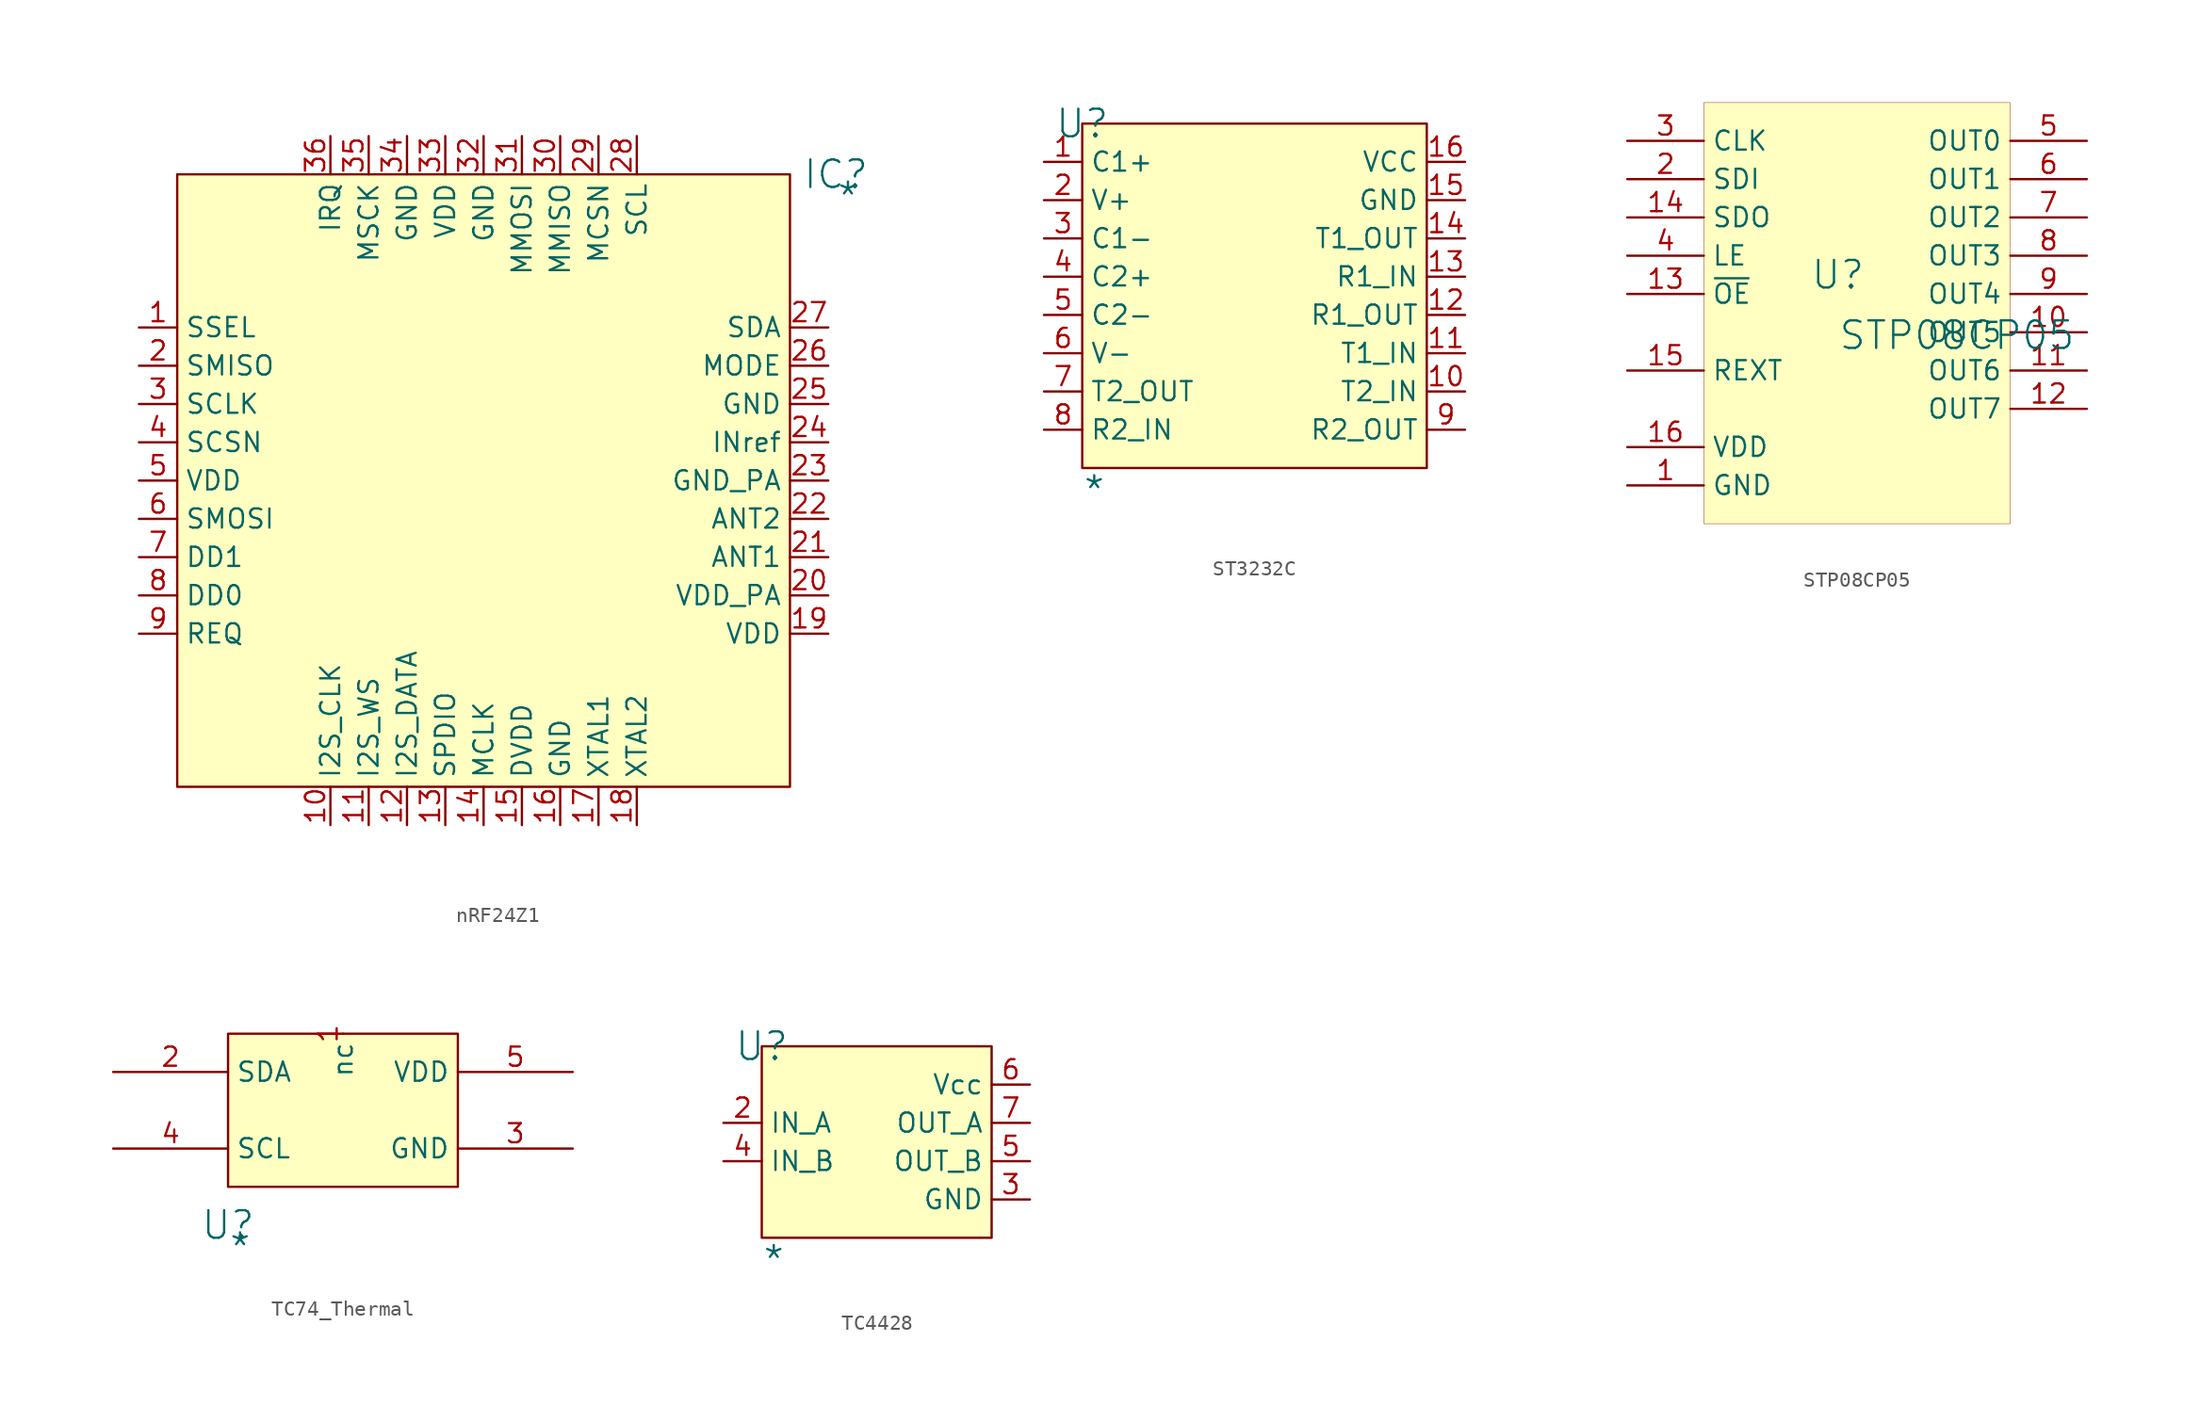
<source format=kicad_sym>
(kicad_symbol_lib
  (version 20241209)
  (generator "kicad_symbol_editor")
  (generator_version "9.0")
  (symbol "nRF24Z1"
    (property "Reference" "IC"
      (at 43.688 0 0)
      (effects (font (size 1.829 1.829))))
    (property "Value" "*"
      (at 43.688 -2.54 0)
      (effects (font (size 1.829 1.829)) (justify left bottom)))
    (symbol "nRF24Z1_1_0"
      (rectangle (start 40.64 0) (end 0 -40.64) (stroke (width 0) (type solid) (color 128 0 0 1)) (fill (type background)))
      (pin passive line (at -2.54 -10.16 0) (length 2.54) (name "SSEL" (effects (font (size 1.27 1.27)))) (number "1" (effects (font (size 1.27 1.27)))))
      (pin passive line (at -2.54 -12.7 0) (length 2.54) (name "SMISO" (effects (font (size 1.27 1.27)))) (number "2" (effects (font (size 1.27 1.27)))))
      (pin passive line (at -2.54 -15.24 0) (length 2.54) (name "SCLK" (effects (font (size 1.27 1.27)))) (number "3" (effects (font (size 1.27 1.27)))))
      (pin passive line (at -2.54 -17.78 0) (length 2.54) (name "SCSN" (effects (font (size 1.27 1.27)))) (number "4" (effects (font (size 1.27 1.27)))))
      (pin passive line (at -2.54 -20.32 0) (length 2.54) (name "VDD" (effects (font (size 1.27 1.27)))) (number "5" (effects (font (size 1.27 1.27)))))
      (pin passive line (at -2.54 -22.86 0) (length 2.54) (name "SMOSI" (effects (font (size 1.27 1.27)))) (number "6" (effects (font (size 1.27 1.27)))))
      (pin passive line (at -2.54 -25.4 0) (length 2.54) (name "DD1" (effects (font (size 1.27 1.27)))) (number "7" (effects (font (size 1.27 1.27)))))
      (pin passive line (at -2.54 -27.94 0) (length 2.54) (name "DD0" (effects (font (size 1.27 1.27)))) (number "8" (effects (font (size 1.27 1.27)))))
      (pin passive line (at -2.54 -30.48 0) (length 2.54) (name "REQ" (effects (font (size 1.27 1.27)))) (number "9" (effects (font (size 1.27 1.27)))))
      (pin passive line (at 10.16 2.54 270) (length 2.54) (name "IRQ" (effects (font (size 1.27 1.27)))) (number "36" (effects (font (size 1.27 1.27)))))
      (pin passive line (at 10.16 -43.18 90) (length 2.54) (name "I2S_CLK" (effects (font (size 1.27 1.27)))) (number "10" (effects (font (size 1.27 1.27)))))
      (pin passive line (at 12.7 2.54 270) (length 2.54) (name "MSCK" (effects (font (size 1.27 1.27)))) (number "35" (effects (font (size 1.27 1.27)))))
      (pin passive line (at 12.7 -43.18 90) (length 2.54) (name "I2S_WS" (effects (font (size 1.27 1.27)))) (number "11" (effects (font (size 1.27 1.27)))))
      (pin passive line (at 15.24 2.54 270) (length 2.54) (name "GND" (effects (font (size 1.27 1.27)))) (number "34" (effects (font (size 1.27 1.27)))))
      (pin passive line (at 15.24 -43.18 90) (length 2.54) (name "I2S_DATA" (effects (font (size 1.27 1.27)))) (number "12" (effects (font (size 1.27 1.27)))))
      (pin passive line (at 17.78 2.54 270) (length 2.54) (name "VDD" (effects (font (size 1.27 1.27)))) (number "33" (effects (font (size 1.27 1.27)))))
      (pin passive line (at 17.78 -43.18 90) (length 2.54) (name "SPDIO" (effects (font (size 1.27 1.27)))) (number "13" (effects (font (size 1.27 1.27)))))
      (pin passive line (at 20.32 2.54 270) (length 2.54) (name "GND" (effects (font (size 1.27 1.27)))) (number "32" (effects (font (size 1.27 1.27)))))
      (pin passive line (at 20.32 -43.18 90) (length 2.54) (name "MCLK" (effects (font (size 1.27 1.27)))) (number "14" (effects (font (size 1.27 1.27)))))
      (pin passive line (at 22.86 2.54 270) (length 2.54) (name "MMOSI" (effects (font (size 1.27 1.27)))) (number "31" (effects (font (size 1.27 1.27)))))
      (pin passive line (at 22.86 -43.18 90) (length 2.54) (name "DVDD" (effects (font (size 1.27 1.27)))) (number "15" (effects (font (size 1.27 1.27)))))
      (pin passive line (at 25.4 2.54 270) (length 2.54) (name "MMISO" (effects (font (size 1.27 1.27)))) (number "30" (effects (font (size 1.27 1.27)))))
      (pin passive line (at 25.4 -43.18 90) (length 2.54) (name "GND" (effects (font (size 1.27 1.27)))) (number "16" (effects (font (size 1.27 1.27)))))
      (pin passive line (at 27.94 2.54 270) (length 2.54) (name "MCSN" (effects (font (size 1.27 1.27)))) (number "29" (effects (font (size 1.27 1.27)))))
      (pin passive line (at 27.94 -43.18 90) (length 2.54) (name "XTAL1" (effects (font (size 1.27 1.27)))) (number "17" (effects (font (size 1.27 1.27)))))
      (pin passive line (at 30.48 2.54 270) (length 2.54) (name "SCL" (effects (font (size 1.27 1.27)))) (number "28" (effects (font (size 1.27 1.27)))))
      (pin passive line (at 30.48 -43.18 90) (length 2.54) (name "XTAL2" (effects (font (size 1.27 1.27)))) (number "18" (effects (font (size 1.27 1.27)))))
      (pin passive line (at 43.18 -10.16 180) (length 2.54) (name "SDA" (effects (font (size 1.27 1.27)))) (number "27" (effects (font (size 1.27 1.27)))))
      (pin passive line (at 43.18 -12.7 180) (length 2.54) (name "MODE" (effects (font (size 1.27 1.27)))) (number "26" (effects (font (size 1.27 1.27)))))
      (pin passive line (at 43.18 -15.24 180) (length 2.54) (name "GND" (effects (font (size 1.27 1.27)))) (number "25" (effects (font (size 1.27 1.27)))))
      (pin passive line (at 43.18 -17.78 180) (length 2.54) (name "INref" (effects (font (size 1.27 1.27)))) (number "24" (effects (font (size 1.27 1.27)))))
      (pin passive line (at 43.18 -20.32 180) (length 2.54) (name "GND_PA" (effects (font (size 1.27 1.27)))) (number "23" (effects (font (size 1.27 1.27)))))
      (pin passive line (at 43.18 -22.86 180) (length 2.54) (name "ANT2" (effects (font (size 1.27 1.27)))) (number "22" (effects (font (size 1.27 1.27)))))
      (pin passive line (at 43.18 -25.4 180) (length 2.54) (name "ANT1" (effects (font (size 1.27 1.27)))) (number "21" (effects (font (size 1.27 1.27)))))
      (pin passive line (at 43.18 -27.94 180) (length 2.54) (name "VDD_PA" (effects (font (size 1.27 1.27)))) (number "20" (effects (font (size 1.27 1.27)))))
      (pin passive line (at 43.18 -30.48 180) (length 2.54) (name "VDD" (effects (font (size 1.27 1.27)))) (number "19" (effects (font (size 1.27 1.27)))))))
  (symbol "ST3232C"
    (property "Reference" "U"
      (at 0 0 0)
      (effects (font (size 1.829 1.829))))
    (property "Value" "*"
      (at 0 -25.4 0)
      (effects (font (size 1.829 1.829)) (justify left bottom)))
    (symbol "ST3232C_1_0"
      (rectangle (start 22.86 0) (end 0 -22.86) (stroke (width 0) (type solid) (color 128 0 0 1)) (fill (type background)))
      (pin passive line (at -2.54 -2.54 0) (length 2.54) (name "C1+" (effects (font (size 1.27 1.27)))) (number "1" (effects (font (size 1.27 1.27)))))
      (pin passive line (at -2.54 -5.08 0) (length 2.54) (name "V+" (effects (font (size 1.27 1.27)))) (number "2" (effects (font (size 1.27 1.27)))))
      (pin passive line (at -2.54 -7.62 0) (length 2.54) (name "C1-" (effects (font (size 1.27 1.27)))) (number "3" (effects (font (size 1.27 1.27)))))
      (pin passive line (at -2.54 -10.16 0) (length 2.54) (name "C2+" (effects (font (size 1.27 1.27)))) (number "4" (effects (font (size 1.27 1.27)))))
      (pin passive line (at -2.54 -12.7 0) (length 2.54) (name "C2-" (effects (font (size 1.27 1.27)))) (number "5" (effects (font (size 1.27 1.27)))))
      (pin passive line (at -2.54 -15.24 0) (length 2.54) (name "V-" (effects (font (size 1.27 1.27)))) (number "6" (effects (font (size 1.27 1.27)))))
      (pin passive line (at -2.54 -17.78 0) (length 2.54) (name "T2_OUT" (effects (font (size 1.27 1.27)))) (number "7" (effects (font (size 1.27 1.27)))))
      (pin passive line (at -2.54 -20.32 0) (length 2.54) (name "R2_IN" (effects (font (size 1.27 1.27)))) (number "8" (effects (font (size 1.27 1.27)))))
      (pin passive line (at 25.4 -2.54 180) (length 2.54) (name "VCC" (effects (font (size 1.27 1.27)))) (number "16" (effects (font (size 1.27 1.27)))))
      (pin passive line (at 25.4 -5.08 180) (length 2.54) (name "GND" (effects (font (size 1.27 1.27)))) (number "15" (effects (font (size 1.27 1.27)))))
      (pin passive line (at 25.4 -7.62 180) (length 2.54) (name "T1_OUT" (effects (font (size 1.27 1.27)))) (number "14" (effects (font (size 1.27 1.27)))))
      (pin passive line (at 25.4 -10.16 180) (length 2.54) (name "R1_IN" (effects (font (size 1.27 1.27)))) (number "13" (effects (font (size 1.27 1.27)))))
      (pin passive line (at 25.4 -12.7 180) (length 2.54) (name "R1_OUT" (effects (font (size 1.27 1.27)))) (number "12" (effects (font (size 1.27 1.27)))))
      (pin passive line (at 25.4 -15.24 180) (length 2.54) (name "T1_IN" (effects (font (size 1.27 1.27)))) (number "11" (effects (font (size 1.27 1.27)))))
      (pin passive line (at 25.4 -17.78 180) (length 2.54) (name "T2_IN" (effects (font (size 1.27 1.27)))) (number "10" (effects (font (size 1.27 1.27)))))
      (pin passive line (at 25.4 -20.32 180) (length 2.54) (name "R2_OUT" (effects (font (size 1.27 1.27)))) (number "9" (effects (font (size 1.27 1.27)))))))
  (symbol "STP08CP05"
    (property "Reference" "U"
      (at -1.27 1.27 0)
      (effects (font (size 1.829 1.829))))
    (property "Value" "STP08CP05"
      (at -1.27 -3.81 0)
      (effects (font (size 1.829 1.829)) (justify left bottom)))
    (symbol "STP08CP05_1_0"
      (rectangle (start 10.16 12.7) (end -10.16 -15.24) (stroke (width 0.025) (type solid) (color 128 0 0 1)) (fill (type background)))
      (pin input line (at -15.24 10.16 0) (length 5.08) (name "CLK" (effects (font (size 1.27 1.27)))) (number "3" (effects (font (size 1.27 1.27)))))
      (pin input line (at -15.24 7.62 0) (length 5.08) (name "SDI" (effects (font (size 1.27 1.27)))) (number "2" (effects (font (size 1.27 1.27)))))
      (pin output line (at -15.24 5.08 0) (length 5.08) (name "SDO" (effects (font (size 1.27 1.27)))) (number "14" (effects (font (size 1.27 1.27)))))
      (pin input line (at -15.24 2.54 0) (length 5.08) (name "LE" (effects (font (size 1.27 1.27)))) (number "4" (effects (font (size 1.27 1.27)))))
      (pin input line (at -15.24 0 0) (length 5.08) (name "~{OE}" (effects (font (size 1.27 1.27)))) (number "13" (effects (font (size 1.27 1.27)))))
      (pin passive line (at -15.24 -5.08 0) (length 5.08) (name "REXT" (effects (font (size 1.27 1.27)))) (number "15" (effects (font (size 1.27 1.27)))))
      (pin power_in line (at -15.24 -10.16 0) (length 5.08) (name "VDD" (effects (font (size 1.27 1.27)))) (number "16" (effects (font (size 1.27 1.27)))))
      (pin power_in line (at -15.24 -12.7 0) (length 5.08) (name "GND" (effects (font (size 1.27 1.27)))) (number "1" (effects (font (size 1.27 1.27)))))
      (pin open_collector line (at 15.24 10.16 180) (length 5.08) (name "OUT0" (effects (font (size 1.27 1.27)))) (number "5" (effects (font (size 1.27 1.27)))))
      (pin open_collector line (at 15.24 7.62 180) (length 5.08) (name "OUT1" (effects (font (size 1.27 1.27)))) (number "6" (effects (font (size 1.27 1.27)))))
      (pin open_collector line (at 15.24 5.08 180) (length 5.08) (name "OUT2" (effects (font (size 1.27 1.27)))) (number "7" (effects (font (size 1.27 1.27)))))
      (pin open_collector line (at 15.24 2.54 180) (length 5.08) (name "OUT3" (effects (font (size 1.27 1.27)))) (number "8" (effects (font (size 1.27 1.27)))))
      (pin open_collector line (at 15.24 0 180) (length 5.08) (name "OUT4" (effects (font (size 1.27 1.27)))) (number "9" (effects (font (size 1.27 1.27)))))
      (pin open_collector line (at 15.24 -2.54 180) (length 5.08) (name "OUT5" (effects (font (size 1.27 1.27)))) (number "10" (effects (font (size 1.27 1.27)))))
      (pin open_collector line (at 15.24 -5.08 180) (length 5.08) (name "OUT6" (effects (font (size 1.27 1.27)))) (number "11" (effects (font (size 1.27 1.27)))))
      (pin open_collector line (at 15.24 -7.62 180) (length 5.08) (name "OUT7" (effects (font (size 1.27 1.27)))) (number "12" (effects (font (size 1.27 1.27)))))))
  (symbol "TC74_Thermal"
    (property "Reference" "U"
      (at 0 -12.7 0)
      (effects (font (size 1.829 1.829))))
    (property "Value" "*"
      (at 0 -15.24 0)
      (effects (font (size 1.829 1.829)) (justify left bottom)))
    (symbol "TC74_Thermal_1_0"
      (rectangle (start 15.24 0) (end 0 -10.16) (stroke (width 0) (type solid) (color 128 0 0 1)) (fill (type background)))
      (pin bidirectional line (at -7.62 -2.54 0) (length 7.62) (name "SDA" (effects (font (size 1.27 1.27)))) (number "2" (effects (font (size 1.27 1.27)))))
      (pin input line (at -7.62 -7.62 0) (length 7.62) (name "SCL" (effects (font (size 1.27 1.27)))) (number "4" (effects (font (size 1.27 1.27)))))
      (pin passive line (at 7.62 0 270) (length 0) (name "nc" (effects (font (size 1.27 1.27)))) (number "1" (effects (font (size 1.27 1.27)))))
      (pin power_in line (at 22.86 -2.54 180) (length 7.62) (name "VDD" (effects (font (size 1.27 1.27)))) (number "5" (effects (font (size 1.27 1.27)))))
      (pin power_in line (at 22.86 -7.62 180) (length 7.62) (name "GND" (effects (font (size 1.27 1.27)))) (number "3" (effects (font (size 1.27 1.27)))))))
  (symbol "TC4428"
    (property "Reference" "U"
      (at 0 0 0)
      (effects (font (size 1.829 1.829))))
    (property "Value" "*"
      (at 0 -15.24 0)
      (effects (font (size 1.829 1.829)) (justify left bottom)))
    (symbol "TC4428_1_0"
      (rectangle (start 15.24 0) (end 0 -12.7) (stroke (width 0) (type solid) (color 128 0 0 1)) (fill (type background)))
      (pin passive line (at -2.54 -5.08 0) (length 2.54) (name "IN_A" (effects (font (size 1.27 1.27)))) (number "2" (effects (font (size 1.27 1.27)))))
      (pin passive line (at -2.54 -7.62 0) (length 2.54) (name "IN_B" (effects (font (size 1.27 1.27)))) (number "4" (effects (font (size 1.27 1.27)))))
      (pin passive line (at 17.78 -2.54 180) (length 2.54) (name "Vcc" (effects (font (size 1.27 1.27)))) (number "6" (effects (font (size 1.27 1.27)))))
      (pin passive line (at 17.78 -5.08 180) (length 2.54) (name "OUT_A" (effects (font (size 1.27 1.27)))) (number "7" (effects (font (size 1.27 1.27)))))
      (pin passive line (at 17.78 -7.62 180) (length 2.54) (name "OUT_B" (effects (font (size 1.27 1.27)))) (number "5" (effects (font (size 1.27 1.27)))))
      (pin passive line (at 17.78 -10.16 180) (length 2.54) (name "GND" (effects (font (size 1.27 1.27)))) (number "3" (effects (font (size 1.27 1.27))))))))
</source>
